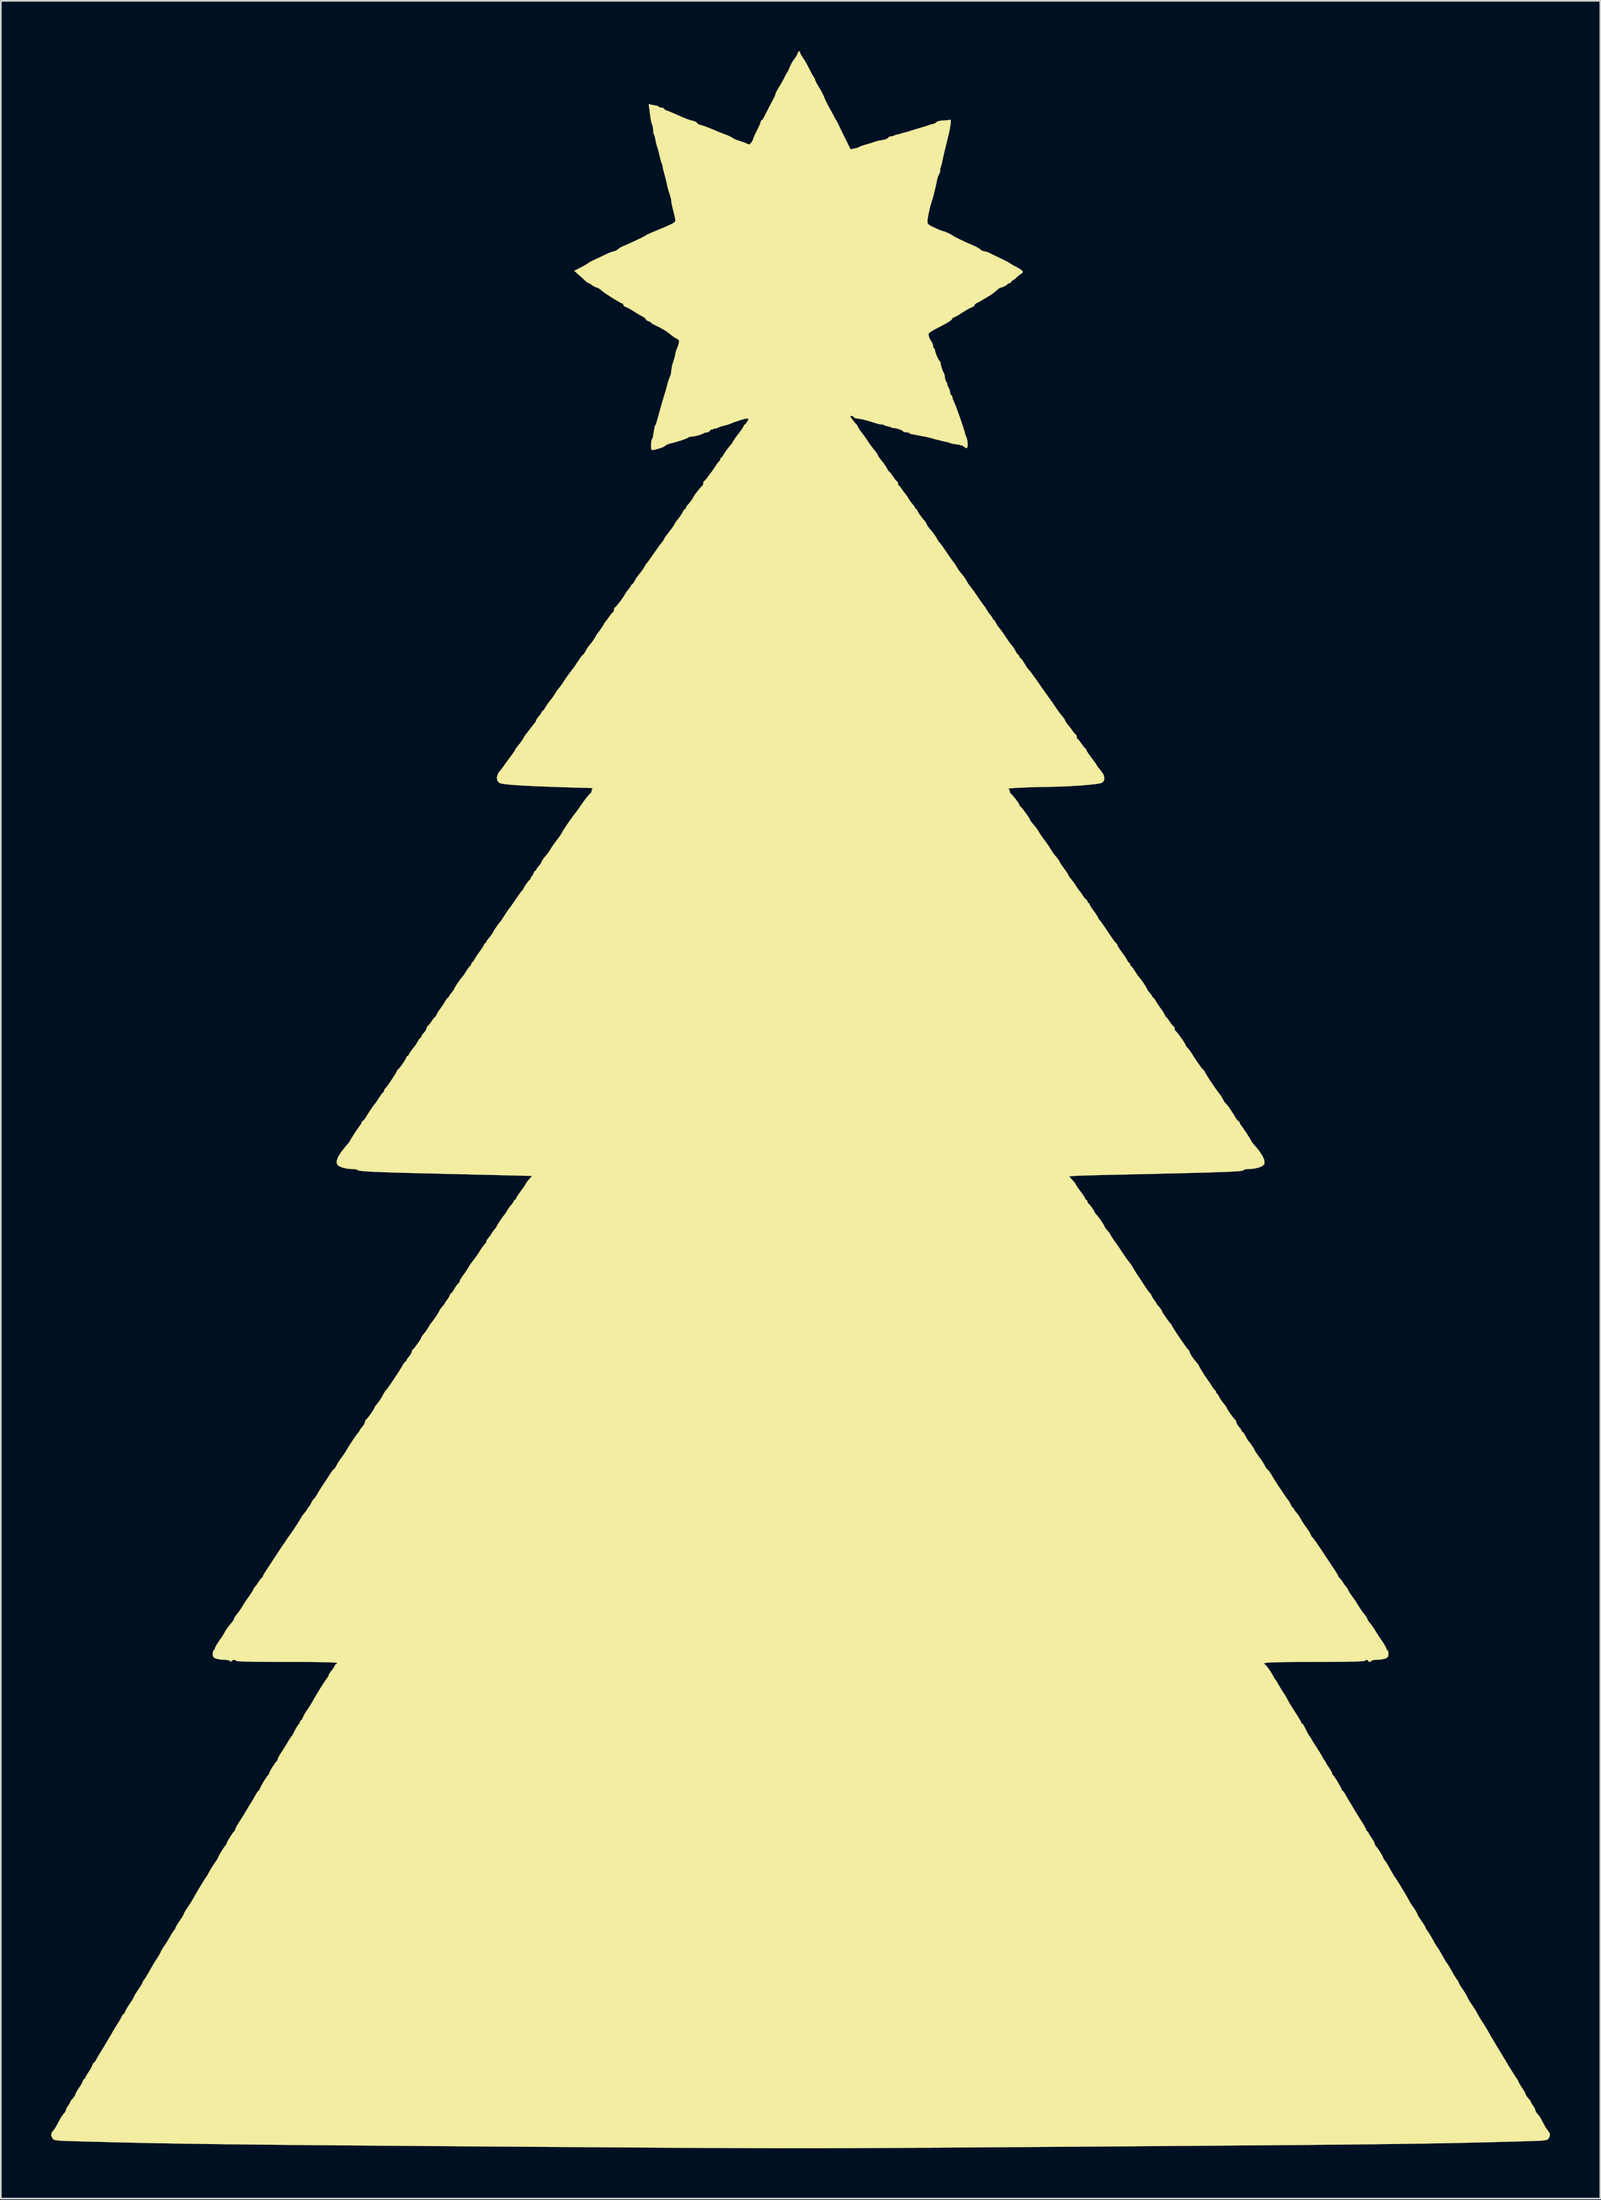
<source format=kicad_pcb>
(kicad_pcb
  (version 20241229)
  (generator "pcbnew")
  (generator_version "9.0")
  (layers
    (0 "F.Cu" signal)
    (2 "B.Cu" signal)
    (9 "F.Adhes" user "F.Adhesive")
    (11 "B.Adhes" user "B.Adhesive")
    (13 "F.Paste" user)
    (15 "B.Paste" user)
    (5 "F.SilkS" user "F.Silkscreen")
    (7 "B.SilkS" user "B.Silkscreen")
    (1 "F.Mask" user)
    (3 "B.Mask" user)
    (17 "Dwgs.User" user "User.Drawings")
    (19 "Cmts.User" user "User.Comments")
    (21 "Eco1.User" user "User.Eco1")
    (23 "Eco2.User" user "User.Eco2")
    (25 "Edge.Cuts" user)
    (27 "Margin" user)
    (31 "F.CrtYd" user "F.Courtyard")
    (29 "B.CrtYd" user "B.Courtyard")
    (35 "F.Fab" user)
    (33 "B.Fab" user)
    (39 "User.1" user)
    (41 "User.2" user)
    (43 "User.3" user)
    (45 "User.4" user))
  (footprint "obrys"
    (layer "F.Cu")
    (at 44.701 66.108)
    (property "Reference" "obrys" (at 0 0 0) (layer "F.SilkS") (effects (font (size 1.524 1.524) (thickness 0.3))))
    (attr through_hole)
    (fp_poly (pts (xy -0.001 -66.045) (xy 0 -66.021) (xy 0.036 -65.921) (xy 0.125 -65.773) (xy 0.163 -65.719) (xy 0.271 -65.555) (xy 0.405 -65.322) (xy 0.54 -65.065) (xy 0.56 -65.024) (xy 0.673 -64.803) (xy 0.768 -64.631) (xy 0.831 -64.536) (xy 0.841 -64.527) (xy 0.885 -64.453) (xy 0.889 -64.417) (xy 0.921 -64.32) (xy 1.006 -64.156) (xy 1.115 -63.974) (xy 1.25 -63.748) (xy 1.366 -63.523) (xy 1.426 -63.386) (xy 1.502 -63.204) (xy 1.617 -62.97) (xy 1.723 -62.77) (xy 1.849 -62.542) (xy 1.963 -62.331) (xy 2.032 -62.198) (xy 2.106 -62.059) (xy 2.157 -61.978) (xy 2.159 -61.976) (xy 2.204 -61.902) (xy 2.275 -61.761) (xy 2.293 -61.722) (xy 2.365 -61.572) (xy 2.475 -61.343) (xy 2.608 -61.071) (xy 2.704 -60.876) (xy 3.012 -60.253) (xy 3.237 -60.294) (xy 3.404 -60.336) (xy 3.517 -60.383) (xy 3.524 -60.388) (xy 3.616 -60.432) (xy 3.79 -60.492) (xy 3.969 -60.545) (xy 4.194 -60.61) (xy 4.384 -60.671) (xy 4.477 -60.706) (xy 4.616 -60.747) (xy 4.818 -60.788) (xy 4.909 -60.801) (xy 5.104 -60.844) (xy 5.228 -60.905) (xy 5.249 -60.933) (xy 5.333 -61.005) (xy 5.425 -61.024) (xy 5.557 -61.041) (xy 5.611 -61.067) (xy 5.704 -61.111) (xy 5.796 -61.132) (xy 5.955 -61.166) (xy 6.032 -61.193) (xy 6.177 -61.238) (xy 6.255 -61.255) (xy 6.396 -61.29) (xy 6.586 -61.348) (xy 6.636 -61.364) (xy 6.867 -61.439) (xy 7.121 -61.515) (xy 7.176 -61.531) (xy 7.378 -61.59) (xy 7.547 -61.646) (xy 7.588 -61.662) (xy 7.744 -61.713) (xy 7.916 -61.754) (xy 8.065 -61.804) (xy 8.147 -61.871) (xy 8.148 -61.874) (xy 8.23 -61.925) (xy 8.415 -61.959) (xy 8.547 -61.969) (xy 8.756 -61.982) (xy 8.913 -62.002) (xy 8.971 -62.018) (xy 8.995 -61.984) (xy 8.995 -61.853) (xy 8.982 -61.745) (xy 8.959 -61.593) (xy 8.937 -61.461) (xy 8.91 -61.323) (xy 8.871 -61.152) (xy 8.815 -60.921) (xy 8.737 -60.604) (xy 8.699 -60.452) (xy 8.625 -60.149) (xy 8.553 -59.839) (xy 8.495 -59.572) (xy 8.471 -59.454) (xy 8.425 -59.278) (xy 8.385 -59.158) (xy 8.354 -59.031) (xy 8.363 -58.968) (xy 8.359 -58.895) (xy 8.304 -58.787) (xy 8.227 -58.62) (xy 8.175 -58.422) (xy 8.174 -58.42) (xy 8.135 -58.213) (xy 8.081 -57.974) (xy 8.065 -57.912) (xy 8.014 -57.71) (xy 7.974 -57.541) (xy 7.965 -57.499) (xy 7.921 -57.339) (xy 7.878 -57.214) (xy 7.814 -57.012) (xy 7.742 -56.737) (xy 7.676 -56.441) (xy 7.626 -56.173) (xy 7.605 -56.011) (xy 7.601 -55.903) (xy 7.622 -55.822) (xy 7.689 -55.751) (xy 7.82 -55.673) (xy 8.038 -55.569) (xy 8.188 -55.5) (xy 8.364 -55.425) (xy 8.493 -55.379) (xy 8.527 -55.372) (xy 8.621 -55.346) (xy 8.775 -55.282) (xy 8.937 -55.206) (xy 9.055 -55.139) (xy 9.081 -55.119) (xy 9.154 -55.072) (xy 9.314 -54.987) (xy 9.533 -54.879) (xy 9.781 -54.761) (xy 10.03 -54.647) (xy 10.25 -54.551) (xy 10.351 -54.51) (xy 10.547 -54.418) (xy 10.708 -54.318) (xy 10.75 -54.282) (xy 10.885 -54.191) (xy 10.989 -54.166) (xy 11.155 -54.135) (xy 11.224 -54.105) (xy 11.328 -54.053) (xy 11.515 -53.962) (xy 11.754 -53.847) (xy 11.906 -53.775) (xy 12.152 -53.657) (xy 12.351 -53.556) (xy 12.478 -53.486) (xy 12.509 -53.463) (xy 12.578 -53.415) (xy 12.728 -53.328) (xy 12.928 -53.221) (xy 12.934 -53.217) (xy 13.165 -53.084) (xy 13.28 -52.984) (xy 13.293 -52.923) (xy 13.229 -52.842) (xy 13.199 -52.832) (xy 13.122 -52.79) (xy 12.999 -52.686) (xy 12.954 -52.642) (xy 12.825 -52.523) (xy 12.728 -52.456) (xy 12.709 -52.451) (xy 12.638 -52.4) (xy 12.614 -52.356) (xy 12.529 -52.271) (xy 12.48 -52.261) (xy 12.394 -52.235) (xy 12.382 -52.213) (xy 12.33 -52.156) (xy 12.208 -52.086) (xy 12.068 -52.027) (xy 11.969 -52.007) (xy 11.882 -51.965) (xy 11.753 -51.863) (xy 11.712 -51.825) (xy 11.537 -51.676) (xy 11.355 -51.549) (xy 11.335 -51.538) (xy 11.158 -51.435) (xy 10.95 -51.309) (xy 10.89 -51.272) (xy 10.713 -51.167) (xy 10.565 -51.092) (xy 10.525 -51.076) (xy 10.431 -51.007) (xy 10.414 -50.958) (xy 10.36 -50.882) (xy 10.271 -50.841) (xy 10.152 -50.79) (xy 9.964 -50.687) (xy 9.744 -50.552) (xy 9.69 -50.517) (xy 9.477 -50.383) (xy 9.298 -50.282) (xy 9.183 -50.231) (xy 9.166 -50.228) (xy 9.088 -50.178) (xy 9.081 -50.143) (xy 9.028 -50.073) (xy 8.889 -49.97) (xy 8.694 -49.854) (xy 8.668 -49.841) (xy 8.417 -49.71) (xy 8.168 -49.579) (xy 7.992 -49.487) (xy 7.824 -49.388) (xy 7.705 -49.299) (xy 7.68 -49.271) (xy 7.67 -49.152) (xy 7.723 -48.981) (xy 7.823 -48.804) (xy 7.855 -48.763) (xy 7.924 -48.617) (xy 7.938 -48.525) (xy 7.958 -48.416) (xy 7.99 -48.387) (xy 8.039 -48.336) (xy 8.043 -48.306) (xy 8.066 -48.187) (xy 8.122 -48.019) (xy 8.194 -47.842) (xy 8.266 -47.698) (xy 8.321 -47.627) (xy 8.327 -47.625) (xy 8.374 -47.572) (xy 8.383 -47.514) (xy 8.405 -47.38) (xy 8.457 -47.197) (xy 8.522 -47.02) (xy 8.581 -46.9) (xy 8.592 -46.885) (xy 8.625 -46.795) (xy 8.636 -46.676) (xy 8.673 -46.494) (xy 8.735 -46.369) (xy 8.793 -46.267) (xy 8.791 -46.228) (xy 8.791 -46.183) (xy 8.849 -46.074) (xy 8.851 -46.071) (xy 8.928 -45.898) (xy 8.954 -45.754) (xy 8.975 -45.634) (xy 9.017 -45.593) (xy 9.073 -45.541) (xy 9.081 -45.494) (xy 9.11 -45.361) (xy 9.156 -45.255) (xy 9.217 -45.121) (xy 9.307 -44.895) (xy 9.413 -44.609) (xy 9.527 -44.29) (xy 9.639 -43.969) (xy 9.736 -43.676) (xy 9.811 -43.438) (xy 9.851 -43.286) (xy 9.853 -43.275) (xy 9.888 -43.156) (xy 9.913 -43.117) (xy 9.945 -43.04) (xy 9.98 -42.882) (xy 9.995 -42.789) (xy 10.006 -42.581) (xy 9.972 -42.454) (xy 9.904 -42.423) (xy 9.811 -42.502) (xy 9.698 -42.575) (xy 9.494 -42.631) (xy 9.392 -42.646) (xy 9.189 -42.676) (xy 9.036 -42.708) (xy 8.985 -42.725) (xy 8.865 -42.771) (xy 8.835 -42.777) (xy 8.726 -42.799) (xy 8.544 -42.841) (xy 8.422 -42.871) (xy 8.233 -42.918) (xy 8.101 -42.95) (xy 8.065 -42.958) (xy 7.986 -42.981) (xy 7.893 -43.012) (xy 7.746 -43.052) (xy 7.539 -43.097) (xy 7.448 -43.115) (xy 7.221 -43.157) (xy 7.011 -43.199) (xy 6.953 -43.211) (xy 6.778 -43.244) (xy 6.652 -43.262) (xy 6.557 -43.293) (xy 6.54 -43.321) (xy 6.485 -43.356) (xy 6.352 -43.37) (xy 6.35 -43.37) (xy 6.216 -43.385) (xy 6.16 -43.421) (xy 6.16 -43.421) (xy 6.105 -43.476) (xy 5.971 -43.538) (xy 5.802 -43.593) (xy 5.645 -43.623) (xy 5.61 -43.624) (xy 5.483 -43.645) (xy 5.437 -43.669) (xy 5.346 -43.71) (xy 5.222 -43.737) (xy 5.068 -43.775) (xy 4.98 -43.819) (xy 4.898 -43.853) (xy 4.876 -43.844) (xy 4.802 -43.842) (xy 4.651 -43.876) (xy 4.565 -43.902) (xy 4.159 -44.028) (xy 3.814 -44.123) (xy 3.549 -44.18) (xy 3.403 -44.196) (xy 3.281 -44.215) (xy 3.239 -44.252) (xy 3.186 -44.311) (xy 3.111 -44.341) (xy 3.01 -44.356) (xy 2.985 -44.345) (xy 3.021 -44.275) (xy 3.109 -44.149) (xy 3.219 -44.005) (xy 3.32 -43.884) (xy 3.381 -43.826) (xy 3.428 -43.753) (xy 3.429 -43.743) (xy 3.465 -43.666) (xy 3.56 -43.519) (xy 3.693 -43.335) (xy 3.699 -43.327) (xy 3.856 -43.115) (xy 3.998 -42.912) (xy 4.085 -42.778) (xy 4.199 -42.611) (xy 4.35 -42.414) (xy 4.419 -42.331) (xy 4.542 -42.175) (xy 4.621 -42.052) (xy 4.637 -42.01) (xy 4.676 -41.927) (xy 4.777 -41.788) (xy 4.859 -41.689) (xy 5.01 -41.497) (xy 5.138 -41.302) (xy 5.178 -41.228) (xy 5.254 -41.092) (xy 5.314 -41.023) (xy 5.321 -41.021) (xy 5.377 -40.972) (xy 5.473 -40.845) (xy 5.546 -40.735) (xy 5.657 -40.575) (xy 5.748 -40.471) (xy 5.784 -40.45) (xy 5.831 -40.396) (xy 5.842 -40.322) (xy 5.863 -40.219) (xy 5.892 -40.196) (xy 5.955 -40.147) (xy 6.041 -40.028) (xy 6.046 -40.021) (xy 6.161 -39.85) (xy 6.266 -39.719) (xy 6.386 -39.562) (xy 6.467 -39.426) (xy 6.574 -39.259) (xy 6.705 -39.096) (xy 6.808 -38.968) (xy 6.857 -38.872) (xy 6.858 -38.865) (xy 6.905 -38.801) (xy 6.921 -38.798) (xy 6.982 -38.75) (xy 6.985 -38.731) (xy 7.023 -38.64) (xy 7.121 -38.486) (xy 7.256 -38.3) (xy 7.407 -38.116) (xy 7.445 -38.072) (xy 7.53 -37.955) (xy 7.557 -37.882) (xy 7.596 -37.801) (xy 7.698 -37.662) (xy 7.811 -37.529) (xy 7.969 -37.335) (xy 8.103 -37.142) (xy 8.16 -37.041) (xy 8.237 -36.901) (xy 8.298 -36.822) (xy 8.303 -36.819) (xy 8.356 -36.761) (xy 8.462 -36.619) (xy 8.604 -36.417) (xy 8.73 -36.233) (xy 8.893 -35.993) (xy 9.036 -35.788) (xy 9.14 -35.646) (xy 9.182 -35.594) (xy 9.26 -35.49) (xy 9.351 -35.335) (xy 9.357 -35.324) (xy 9.469 -35.145) (xy 9.616 -34.955) (xy 9.65 -34.917) (xy 9.794 -34.737) (xy 9.913 -34.552) (xy 9.932 -34.515) (xy 10.035 -34.336) (xy 10.143 -34.195) (xy 10.229 -34.087) (xy 10.363 -33.904) (xy 10.521 -33.677) (xy 10.6 -33.56) (xy 10.751 -33.338) (xy 10.878 -33.158) (xy 10.963 -33.045) (xy 10.985 -33.02) (xy 11.044 -32.946) (xy 11.124 -32.81) (xy 11.13 -32.798) (xy 11.244 -32.615) (xy 11.361 -32.467) (xy 11.456 -32.347) (xy 11.493 -32.261) (xy 11.535 -32.197) (xy 11.549 -32.194) (xy 11.61 -32.142) (xy 11.679 -32.017) (xy 11.679 -32.017) (xy 11.779 -31.837) (xy 11.897 -31.683) (xy 12.007 -31.548) (xy 12.149 -31.35) (xy 12.278 -31.157) (xy 12.419 -30.945) (xy 12.554 -30.759) (xy 12.644 -30.649) (xy 12.763 -30.492) (xy 12.87 -30.306) (xy 12.87 -30.305) (xy 12.949 -30.169) (xy 13.016 -30.101) (xy 13.025 -30.099) (xy 13.075 -30.047) (xy 13.081 -30.004) (xy 13.114 -29.919) (xy 13.142 -29.909) (xy 13.205 -29.858) (xy 13.302 -29.727) (xy 13.377 -29.607) (xy 13.481 -29.434) (xy 13.563 -29.31) (xy 13.594 -29.273) (xy 13.66 -29.201) (xy 13.777 -29.053) (xy 13.924 -28.857) (xy 14.079 -28.642) (xy 14.222 -28.436) (xy 14.235 -28.416) (xy 14.355 -28.241) (xy 14.518 -28.009) (xy 14.693 -27.764) (xy 14.727 -27.718) (xy 14.912 -27.459) (xy 15.102 -27.187) (xy 15.26 -26.956) (xy 15.275 -26.934) (xy 15.422 -26.723) (xy 15.569 -26.529) (xy 15.656 -26.426) (xy 15.76 -26.298) (xy 15.81 -26.203) (xy 15.812 -26.194) (xy 15.85 -26.108) (xy 15.944 -25.977) (xy 15.963 -25.954) (xy 16.104 -25.779) (xy 16.248 -25.582) (xy 16.265 -25.557) (xy 16.368 -25.421) (xy 16.447 -25.343) (xy 16.462 -25.337) (xy 16.501 -25.283) (xy 16.51 -25.209) (xy 16.53 -25.106) (xy 16.558 -25.081) (xy 16.617 -25.032) (xy 16.717 -24.907) (xy 16.796 -24.795) (xy 16.91 -24.637) (xy 17 -24.534) (xy 17.034 -24.511) (xy 17.079 -24.461) (xy 17.082 -24.432) (xy 17.119 -24.347) (xy 17.217 -24.193) (xy 17.357 -23.999) (xy 17.4 -23.944) (xy 17.547 -23.75) (xy 17.657 -23.595) (xy 17.713 -23.505) (xy 17.716 -23.495) (xy 17.755 -23.429) (xy 17.855 -23.302) (xy 17.939 -23.205) (xy 18.101 -22.972) (xy 18.165 -22.756) (xy 18.131 -22.578) (xy 18.018 -22.468) (xy 17.89 -22.43) (xy 17.653 -22.392) (xy 17.325 -22.355) (xy 16.923 -22.319) (xy 16.466 -22.287) (xy 15.972 -22.26) (xy 15.457 -22.239) (xy 14.941 -22.226) (xy 14.7 -22.222) (xy 14.352 -22.217) (xy 13.986 -22.207) (xy 13.619 -22.195) (xy 13.271 -22.18) (xy 12.958 -22.165) (xy 12.699 -22.149) (xy 12.513 -22.133) (xy 12.417 -22.12) (xy 12.429 -22.108) (xy 12.43 -22.108) (xy 12.496 -22.046) (xy 12.509 -21.976) (xy 12.532 -21.865) (xy 12.558 -21.833) (xy 12.633 -21.769) (xy 12.748 -21.638) (xy 12.877 -21.476) (xy 12.993 -21.317) (xy 13.067 -21.198) (xy 13.081 -21.16) (xy 13.118 -21.078) (xy 13.129 -21.071) (xy 13.193 -21.01) (xy 13.302 -20.877) (xy 13.433 -20.705) (xy 13.561 -20.527) (xy 13.662 -20.375) (xy 13.714 -20.281) (xy 13.716 -20.271) (xy 13.755 -20.196) (xy 13.855 -20.064) (xy 13.933 -19.972) (xy 14.079 -19.794) (xy 14.199 -19.625) (xy 14.234 -19.564) (xy 14.314 -19.431) (xy 14.445 -19.239) (xy 14.598 -19.028) (xy 14.605 -19.018) (xy 14.76 -18.805) (xy 14.894 -18.606) (xy 14.98 -18.465) (xy 14.982 -18.461) (xy 15.08 -18.306) (xy 15.222 -18.12) (xy 15.283 -18.049) (xy 15.405 -17.901) (xy 15.481 -17.788) (xy 15.494 -17.754) (xy 15.53 -17.677) (xy 15.623 -17.532) (xy 15.748 -17.36) (xy 15.877 -17.181) (xy 15.969 -17.042) (xy 16.002 -16.973) (xy 16.04 -16.897) (xy 16.134 -16.77) (xy 16.164 -16.734) (xy 16.311 -16.547) (xy 16.451 -16.341) (xy 16.463 -16.322) (xy 16.569 -16.159) (xy 16.66 -16.038) (xy 16.676 -16.02) (xy 16.757 -15.917) (xy 16.863 -15.76) (xy 16.89 -15.718) (xy 16.989 -15.578) (xy 17.07 -15.5) (xy 17.087 -15.494) (xy 17.138 -15.442) (xy 17.145 -15.399) (xy 17.179 -15.314) (xy 17.209 -15.303) (xy 17.268 -15.254) (xy 17.272 -15.23) (xy 17.308 -15.145) (xy 17.402 -14.993) (xy 17.526 -14.82) (xy 17.655 -14.641) (xy 17.747 -14.5) (xy 17.78 -14.429) (xy 17.819 -14.347) (xy 17.899 -14.247) (xy 17.982 -14.143) (xy 18.113 -13.959) (xy 18.274 -13.723) (xy 18.418 -13.505) (xy 18.58 -13.262) (xy 18.72 -13.065) (xy 18.822 -12.934) (xy 18.87 -12.891) (xy 18.92 -12.84) (xy 18.924 -12.811) (xy 18.96 -12.725) (xy 19.055 -12.57) (xy 19.19 -12.378) (xy 19.21 -12.351) (xy 19.354 -12.15) (xy 19.468 -11.977) (xy 19.529 -11.865) (xy 19.531 -11.859) (xy 19.589 -11.765) (xy 19.626 -11.748) (xy 19.678 -11.696) (xy 19.685 -11.652) (xy 19.711 -11.568) (xy 19.733 -11.557) (xy 19.79 -11.507) (xy 19.886 -11.379) (xy 19.968 -11.255) (xy 20.078 -11.084) (xy 20.161 -10.961) (xy 20.192 -10.922) (xy 20.266 -10.837) (xy 20.376 -10.691) (xy 20.498 -10.516) (xy 20.608 -10.348) (xy 20.682 -10.222) (xy 20.701 -10.177) (xy 20.741 -10.093) (xy 20.838 -9.967) (xy 20.86 -9.944) (xy 20.964 -9.816) (xy 21.017 -9.722) (xy 21.018 -9.712) (xy 21.061 -9.653) (xy 21.071 -9.652) (xy 21.134 -9.601) (xy 21.212 -9.48) (xy 21.213 -9.477) (xy 21.3 -9.331) (xy 21.431 -9.134) (xy 21.542 -8.979) (xy 21.666 -8.8) (xy 21.753 -8.654) (xy 21.78 -8.583) (xy 21.813 -8.513) (xy 21.828 -8.509) (xy 21.886 -8.46) (xy 21.983 -8.333) (xy 22.056 -8.223) (xy 22.167 -8.063) (xy 22.258 -7.959) (xy 22.294 -7.938) (xy 22.342 -7.885) (xy 22.352 -7.816) (xy 22.374 -7.705) (xy 22.4 -7.673) (xy 22.467 -7.609) (xy 22.578 -7.474) (xy 22.709 -7.299) (xy 22.837 -7.118) (xy 22.937 -6.964) (xy 22.985 -6.87) (xy 22.987 -6.861) (xy 23.028 -6.77) (xy 23.11 -6.672) (xy 23.234 -6.525) (xy 23.343 -6.37) (xy 23.52 -6.092) (xy 23.694 -5.829) (xy 23.853 -5.603) (xy 23.98 -5.434) (xy 24.061 -5.344) (xy 24.078 -5.334) (xy 24.128 -5.285) (xy 24.13 -5.27) (xy 24.164 -5.195) (xy 24.255 -5.042) (xy 24.385 -4.836) (xy 24.539 -4.602) (xy 24.699 -4.365) (xy 24.849 -4.152) (xy 24.971 -3.986) (xy 25.031 -3.913) (xy 25.134 -3.771) (xy 25.235 -3.592) (xy 25.239 -3.584) (xy 25.316 -3.441) (xy 25.378 -3.359) (xy 25.385 -3.355) (xy 25.46 -3.284) (xy 25.579 -3.13) (xy 25.722 -2.923) (xy 25.871 -2.688) (xy 25.93 -2.588) (xy 26.036 -2.421) (xy 26.126 -2.311) (xy 26.165 -2.286) (xy 26.223 -2.237) (xy 26.226 -2.22) (xy 26.262 -2.115) (xy 26.289 -2.077) (xy 26.371 -1.968) (xy 26.487 -1.8) (xy 26.62 -1.603) (xy 26.748 -1.405) (xy 26.853 -1.238) (xy 26.915 -1.13) (xy 26.924 -1.107) (xy 26.963 -1.035) (xy 27.048 -0.93) (xy 27.369 -0.552) (xy 27.589 -0.229) (xy 27.707 0.034) (xy 27.721 0.234) (xy 27.699 0.292) (xy 27.578 0.4) (xy 27.364 0.489) (xy 27.091 0.55) (xy 26.813 0.571) (xy 26.627 0.58) (xy 26.506 0.605) (xy 26.48 0.625) (xy 26.472 0.642) (xy 26.443 0.658) (xy 26.389 0.673) (xy 26.302 0.687) (xy 26.176 0.7) (xy 26.005 0.713) (xy 25.783 0.726) (xy 25.503 0.739) (xy 25.16 0.753) (xy 24.747 0.767) (xy 24.257 0.782) (xy 23.685 0.797) (xy 23.025 0.814) (xy 22.269 0.833) (xy 21.412 0.853) (xy 20.448 0.875) (xy 19.371 0.899) (xy 18.173 0.926) (xy 17.986 0.93) (xy 17.507 0.942) (xy 17.072 0.955) (xy 16.696 0.968) (xy 16.394 0.982) (xy 16.183 0.995) (xy 16.077 1.006) (xy 16.067 1.01) (xy 16.11 1.074) (xy 16.213 1.188) (xy 16.258 1.233) (xy 16.376 1.36) (xy 16.441 1.453) (xy 16.447 1.47) (xy 16.482 1.543) (xy 16.577 1.686) (xy 16.712 1.871) (xy 16.732 1.898) (xy 16.871 2.09) (xy 16.973 2.246) (xy 17.017 2.338) (xy 17.018 2.344) (xy 17.063 2.41) (xy 17.081 2.413) (xy 17.139 2.464) (xy 17.145 2.503) (xy 17.173 2.598) (xy 17.193 2.614) (xy 17.265 2.681) (xy 17.371 2.811) (xy 17.48 2.964) (xy 17.563 3.098) (xy 17.59 3.165) (xy 17.63 3.245) (xy 17.638 3.249) (xy 17.705 3.313) (xy 17.813 3.447) (xy 17.938 3.617) (xy 18.054 3.787) (xy 18.136 3.923) (xy 18.161 3.984) (xy 18.201 4.067) (xy 18.298 4.193) (xy 18.32 4.217) (xy 18.423 4.335) (xy 18.477 4.408) (xy 18.479 4.414) (xy 18.511 4.478) (xy 18.59 4.608) (xy 18.692 4.765) (xy 18.792 4.909) (xy 18.857 4.996) (xy 18.919 5.081) (xy 19.029 5.243) (xy 19.169 5.454) (xy 19.232 5.55) (xy 19.385 5.777) (xy 19.523 5.973) (xy 19.624 6.104) (xy 19.648 6.132) (xy 19.751 6.262) (xy 19.851 6.427) (xy 19.945 6.592) (xy 20.076 6.801) (xy 20.151 6.913) (xy 20.275 7.096) (xy 20.376 7.248) (xy 20.415 7.309) (xy 20.592 7.583) (xy 20.741 7.801) (xy 20.85 7.943) (xy 20.901 7.99) (xy 20.954 8.063) (xy 20.955 8.08) (xy 20.991 8.17) (xy 21.08 8.31) (xy 21.114 8.356) (xy 21.213 8.493) (xy 21.268 8.584) (xy 21.273 8.597) (xy 21.311 8.66) (xy 21.408 8.775) (xy 21.431 8.801) (xy 21.536 8.929) (xy 21.589 9.024) (xy 21.59 9.034) (xy 21.624 9.109) (xy 21.712 9.25) (xy 21.828 9.423) (xy 21.949 9.593) (xy 22.051 9.725) (xy 22.102 9.779) (xy 22.163 9.863) (xy 22.168 9.875) (xy 22.222 9.976) (xy 22.328 10.147) (xy 22.469 10.365) (xy 22.631 10.606) (xy 22.797 10.848) (xy 22.951 11.068) (xy 23.079 11.242) (xy 23.162 11.346) (xy 23.186 11.367) (xy 23.234 11.418) (xy 23.241 11.466) (xy 23.281 11.58) (xy 23.388 11.757) (xy 23.542 11.967) (xy 23.701 12.156) (xy 23.785 12.267) (xy 23.812 12.33) (xy 23.845 12.399) (xy 23.93 12.542) (xy 24.048 12.731) (xy 24.181 12.935) (xy 24.309 13.126) (xy 24.412 13.273) (xy 24.436 13.303) (xy 24.499 13.397) (xy 24.591 13.546) (xy 24.607 13.573) (xy 24.698 13.707) (xy 24.769 13.777) (xy 24.779 13.78) (xy 24.823 13.831) (xy 24.828 13.875) (xy 24.855 13.959) (xy 24.876 13.97) (xy 24.933 14.022) (xy 25.003 14.147) (xy 25.007 14.155) (xy 25.103 14.324) (xy 25.24 14.511) (xy 25.275 14.552) (xy 25.389 14.692) (xy 25.455 14.796) (xy 25.462 14.819) (xy 25.499 14.897) (xy 25.589 15.039) (xy 25.709 15.21) (xy 25.832 15.375) (xy 25.935 15.5) (xy 25.986 15.547) (xy 26.029 15.62) (xy 26.035 15.675) (xy 26.076 15.79) (xy 26.176 15.933) (xy 26.194 15.952) (xy 26.299 16.082) (xy 26.351 16.179) (xy 26.352 16.19) (xy 26.392 16.254) (xy 26.406 16.256) (xy 26.465 16.307) (xy 26.55 16.436) (xy 26.581 16.494) (xy 26.663 16.649) (xy 26.723 16.75) (xy 26.734 16.764) (xy 26.816 16.861) (xy 26.923 17.005) (xy 27.026 17.156) (xy 27.098 17.274) (xy 27.115 17.315) (xy 27.151 17.388) (xy 27.245 17.532) (xy 27.379 17.717) (xy 27.397 17.742) (xy 27.549 17.955) (xy 27.676 18.154) (xy 27.753 18.297) (xy 27.754 18.298) (xy 27.82 18.424) (xy 27.877 18.478) (xy 27.878 18.479) (xy 27.936 18.528) (xy 28.033 18.656) (xy 28.146 18.827) (xy 28.252 19.01) (xy 28.257 19.018) (xy 28.31 19.106) (xy 28.413 19.266) (xy 28.547 19.472) (xy 28.696 19.697) (xy 28.841 19.914) (xy 28.966 20.097) (xy 29.051 20.22) (xy 29.079 20.256) (xy 29.161 20.361) (xy 29.253 20.517) (xy 29.314 20.653) (xy 29.372 20.747) (xy 29.408 20.765) (xy 29.462 20.813) (xy 29.464 20.831) (xy 29.504 20.918) (xy 29.602 21.045) (xy 29.623 21.068) (xy 29.761 21.245) (xy 29.872 21.43) (xy 29.873 21.431) (xy 29.959 21.583) (xy 30.093 21.787) (xy 30.222 21.967) (xy 30.353 22.153) (xy 30.446 22.306) (xy 30.48 22.392) (xy 30.527 22.496) (xy 30.559 22.523) (xy 30.621 22.593) (xy 30.737 22.748) (xy 30.893 22.969) (xy 31.072 23.234) (xy 31.14 23.336) (xy 31.345 23.648) (xy 31.55 23.956) (xy 31.732 24.229) (xy 31.869 24.433) (xy 31.886 24.458) (xy 32.009 24.648) (xy 32.098 24.802) (xy 32.131 24.886) (xy 32.167 24.953) (xy 32.181 24.956) (xy 32.242 25.005) (xy 32.331 25.127) (xy 32.352 25.162) (xy 32.467 25.337) (xy 32.581 25.483) (xy 32.588 25.491) (xy 32.674 25.602) (xy 32.703 25.669) (xy 32.737 25.745) (xy 32.829 25.889) (xy 32.944 26.054) (xy 33.107 26.286) (xy 33.268 26.532) (xy 33.353 26.67) (xy 33.487 26.88) (xy 33.631 27.077) (xy 33.683 27.14) (xy 33.788 27.276) (xy 33.843 27.38) (xy 33.846 27.394) (xy 33.884 27.481) (xy 33.981 27.619) (xy 34.031 27.68) (xy 34.168 27.856) (xy 34.28 28.024) (xy 34.3 28.061) (xy 34.377 28.191) (xy 34.503 28.386) (xy 34.654 28.609) (xy 34.687 28.655) (xy 34.827 28.865) (xy 34.933 29.044) (xy 34.986 29.161) (xy 34.989 29.178) (xy 35.023 29.263) (xy 35.052 29.273) (xy 35.094 29.329) (xy 35.115 29.466) (xy 35.115 29.49) (xy 35.097 29.647) (xy 35.016 29.733) (xy 34.916 29.775) (xy 34.726 29.818) (xy 34.49 29.843) (xy 34.408 29.845) (xy 34.23 29.857) (xy 34.118 29.887) (xy 34.099 29.909) (xy 34.048 29.965) (xy 34.004 29.972) (xy 33.92 29.938) (xy 33.909 29.909) (xy 33.863 29.854) (xy 33.773 29.853) (xy 33.708 29.907) (xy 33.708 29.908) (xy 33.64 29.923) (xy 33.449 29.937) (xy 33.139 29.949) (xy 32.716 29.958) (xy 32.184 29.966) (xy 31.547 29.971) (xy 30.809 29.973) (xy 30.686 29.973) (xy 29.948 29.975) (xy 29.33 29.979) (xy 28.823 29.984) (xy 28.419 29.993) (xy 28.112 30.004) (xy 27.894 30.019) (xy 27.756 30.037) (xy 27.692 30.059) (xy 27.693 30.086) (xy 27.734 30.11) (xy 27.81 30.18) (xy 27.926 30.326) (xy 28.056 30.513) (xy 28.175 30.705) (xy 28.225 30.797) (xy 28.308 30.948) (xy 28.372 31.042) (xy 28.382 31.052) (xy 28.435 31.122) (xy 28.522 31.266) (xy 28.579 31.369) (xy 28.702 31.583) (xy 28.83 31.786) (xy 28.874 31.848) (xy 28.996 32.036) (xy 29.096 32.224) (xy 29.098 32.229) (xy 29.168 32.362) (xy 29.29 32.567) (xy 29.444 32.811) (xy 29.545 32.966) (xy 29.696 33.201) (xy 29.817 33.401) (xy 29.892 33.539) (xy 29.909 33.585) (xy 29.943 33.652) (xy 29.957 33.655) (xy 29.986 33.662) (xy 30.02 33.7) (xy 30.073 33.789) (xy 30.159 33.952) (xy 30.254 34.141) (xy 30.339 34.299) (xy 30.404 34.402) (xy 30.418 34.417) (xy 30.477 34.498) (xy 30.5 34.544) (xy 30.555 34.642) (xy 30.659 34.811) (xy 30.79 35.013) (xy 30.795 35.02) (xy 30.941 35.249) (xy 31.075 35.47) (xy 31.16 35.623) (xy 31.244 35.771) (xy 31.311 35.859) (xy 31.321 35.867) (xy 31.369 35.939) (xy 31.369 35.947) (xy 31.404 36.028) (xy 31.492 36.172) (xy 31.559 36.269) (xy 31.669 36.435) (xy 31.738 36.568) (xy 31.75 36.612) (xy 31.782 36.702) (xy 31.798 36.714) (xy 31.857 36.778) (xy 31.955 36.921) (xy 32.071 37.106) (xy 32.184 37.3) (xy 32.274 37.467) (xy 32.319 37.573) (xy 32.322 37.586) (xy 32.358 37.652) (xy 32.373 37.656) (xy 32.434 37.706) (xy 32.516 37.832) (xy 32.532 37.862) (xy 32.641 38.059) (xy 32.766 38.269) (xy 32.782 38.294) (xy 32.9 38.484) (xy 33.038 38.716) (xy 33.108 38.834) (xy 33.245 39.061) (xy 33.411 39.327) (xy 33.537 39.523) (xy 33.659 39.721) (xy 33.747 39.886) (xy 33.782 39.982) (xy 33.782 39.983) (xy 33.82 40.061) (xy 33.846 40.069) (xy 33.907 40.117) (xy 33.909 40.133) (xy 33.944 40.217) (xy 34.032 40.363) (xy 34.099 40.46) (xy 34.209 40.626) (xy 34.278 40.759) (xy 34.29 40.804) (xy 34.33 40.917) (xy 34.369 40.969) (xy 34.464 41.086) (xy 34.577 41.251) (xy 34.687 41.426) (xy 34.769 41.573) (xy 34.798 41.65) (xy 34.838 41.741) (xy 34.887 41.799) (xy 34.966 41.904) (xy 35.074 42.076) (xy 35.144 42.201) (xy 35.316 42.511) (xy 35.446 42.727) (xy 35.514 42.827) (xy 35.595 42.948) (xy 35.716 43.139) (xy 35.86 43.372) (xy 36.009 43.618) (xy 36.147 43.85) (xy 36.255 44.037) (xy 36.317 44.152) (xy 36.323 44.164) (xy 36.387 44.283) (xy 36.499 44.46) (xy 36.602 44.609) (xy 36.723 44.787) (xy 36.805 44.929) (xy 36.83 44.995) (xy 36.865 45.078) (xy 36.956 45.231) (xy 37.084 45.419) (xy 37.084 45.419) (xy 37.212 45.606) (xy 37.303 45.756) (xy 37.338 45.837) (xy 37.338 45.838) (xy 37.378 45.933) (xy 37.421 45.985) (xy 37.491 46.079) (xy 37.598 46.251) (xy 37.723 46.468) (xy 37.748 46.514) (xy 37.867 46.726) (xy 37.965 46.892) (xy 38.026 46.983) (xy 38.033 46.99) (xy 38.082 47.057) (xy 38.173 47.207) (xy 38.29 47.411) (xy 38.321 47.466) (xy 38.441 47.679) (xy 38.54 47.845) (xy 38.602 47.935) (xy 38.61 47.943) (xy 38.659 48.01) (xy 38.751 48.16) (xy 38.866 48.364) (xy 38.897 48.419) (xy 39.022 48.64) (xy 39.135 48.824) (xy 39.213 48.936) (xy 39.223 48.947) (xy 39.295 49.052) (xy 39.306 49.098) (xy 39.341 49.182) (xy 39.431 49.332) (xy 39.532 49.48) (xy 39.666 49.679) (xy 39.775 49.863) (xy 39.821 49.959) (xy 39.893 50.104) (xy 40.011 50.297) (xy 40.092 50.414) (xy 40.234 50.625) (xy 40.362 50.836) (xy 40.411 50.927) (xy 40.504 51.097) (xy 40.638 51.321) (xy 40.771 51.53) (xy 40.905 51.739) (xy 41.017 51.922) (xy 41.083 52.038) (xy 41.083 52.038) (xy 41.156 52.173) (xy 41.259 52.352) (xy 41.29 52.403) (xy 41.368 52.532) (xy 41.498 52.748) (xy 41.667 53.03) (xy 41.862 53.355) (xy 42.069 53.699) (xy 42.27 54.032) (xy 42.454 54.331) (xy 42.608 54.576) (xy 42.721 54.751) (xy 42.781 54.836) (xy 42.783 54.838) (xy 42.852 54.939) (xy 42.862 54.98) (xy 42.896 55.062) (xy 42.982 55.212) (xy 43.085 55.372) (xy 43.201 55.554) (xy 43.282 55.698) (xy 43.307 55.764) (xy 43.345 55.859) (xy 43.386 55.914) (xy 43.534 56.085) (xy 43.608 56.19) (xy 43.626 56.242) (xy 43.663 56.323) (xy 43.749 56.448) (xy 43.752 56.452) (xy 43.84 56.589) (xy 43.877 56.694) (xy 43.918 56.811) (xy 43.958 56.867) (xy 44.101 57.037) (xy 44.206 57.199) (xy 44.282 57.34) (xy 44.42 57.604) (xy 44.525 57.783) (xy 44.615 57.909) (xy 44.662 57.964) (xy 44.757 58.127) (xy 44.734 58.296) (xy 44.675 58.396) (xy 44.638 58.44) (xy 44.584 58.474) (xy 44.496 58.499) (xy 44.358 58.519) (xy 44.153 58.533) (xy 43.863 58.546) (xy 43.471 58.558) (xy 43.231 58.565) (xy 42.671 58.58) (xy 42.131 58.595) (xy 41.608 58.609) (xy 41.096 58.622) (xy 40.591 58.634) (xy 40.088 58.646) (xy 39.583 58.657) (xy 39.071 58.668) (xy 38.547 58.678) (xy 38.007 58.688) (xy 37.446 58.698) (xy 36.859 58.707) (xy 36.243 58.716) (xy 35.592 58.725) (xy 34.901 58.734) (xy 34.167 58.742) (xy 33.384 58.751) (xy 32.548 58.76) (xy 31.654 58.769) (xy 30.698 58.778) (xy 29.675 58.787) (xy 28.581 58.796) (xy 27.41 58.806) (xy 26.158 58.816) (xy 24.821 58.826) (xy 23.395 58.837) (xy 21.873 58.848) (xy 20.252 58.86) (xy 18.528 58.873) (xy 16.695 58.886) (xy 14.749 58.9) (xy 12.685 58.914) (xy 10.499 58.93) (xy 10.446 58.93) (xy 9.14 58.939) (xy 7.928 58.947) (xy 6.8 58.954) (xy 5.745 58.961) (xy 4.751 58.966) (xy 3.81 58.971) (xy 2.909 58.975) (xy 2.04 58.977) (xy 1.19 58.979) (xy 0.35 58.98) (xy -0.491 58.98) (xy -1.344 58.979) (xy -2.219 58.977) (xy -3.127 58.974) (xy -4.077 58.97) (xy -5.082 58.966) (xy -6.151 58.96) (xy -7.295 58.953) (xy -8.524 58.945) (xy -9.849 58.937) (xy -11.281 58.927) (xy -12.732 58.917) (xy -14.84 58.902) (xy -16.826 58.888) (xy -18.695 58.875) (xy -20.453 58.862) (xy -22.104 58.85) (xy -23.652 58.838) (xy -25.105 58.827) (xy -26.465 58.816) (xy -27.739 58.806) (xy -28.931 58.796) (xy -30.047 58.786) (xy -31.091 58.776) (xy -32.069 58.766) (xy -32.986 58.756) (xy -33.846 58.746) (xy -34.655 58.737) (xy -35.418 58.727) (xy -36.139 58.716) (xy -36.825 58.706) (xy -37.479 58.695) (xy -38.107 58.684) (xy -38.715 58.673) (xy -39.306 58.661) (xy -39.886 58.648) (xy -40.461 58.635) (xy -41.035 58.621) (xy -41.613 58.606) (xy -42.2 58.591) (xy -42.802 58.575) (xy -43.136 58.566) (xy -43.59 58.553) (xy -43.935 58.54) (xy -44.186 58.527) (xy -44.361 58.51) (xy -44.475 58.489) (xy -44.546 58.46) (xy -44.591 58.423) (xy -44.612 58.396) (xy -44.696 58.213) (xy -44.663 58.051) (xy -44.599 57.964) (xy -44.508 57.852) (xy -44.414 57.704) (xy -44.295 57.488) (xy -44.219 57.34) (xy -44.109 57.142) (xy -43.997 56.985) (xy -43.894 56.867) (xy -43.825 56.748) (xy -43.814 56.694) (xy -43.776 56.588) (xy -43.688 56.452) (xy -43.601 56.325) (xy -43.562 56.242) (xy -43.562 56.241) (xy -43.523 56.154) (xy -43.482 56.1) (xy -43.338 55.933) (xy -43.265 55.828) (xy -43.244 55.758) (xy -43.243 55.754) (xy -43.21 55.669) (xy -43.122 55.517) (xy -43.021 55.363) (xy -42.903 55.178) (xy -42.823 55.026) (xy -42.799 54.952) (xy -42.762 54.872) (xy -42.736 54.864) (xy -42.674 54.82) (xy -42.672 54.807) (xy -42.639 54.728) (xy -42.553 54.579) (xy -42.45 54.419) (xy -42.333 54.232) (xy -42.252 54.077) (xy -42.227 54) (xy -42.197 53.92) (xy -42.174 53.911) (xy -42.108 53.861) (xy -42.049 53.769) (xy -41.968 53.622) (xy -41.86 53.437) (xy -41.832 53.391) (xy -41.668 53.123) (xy -41.497 52.841) (xy -41.335 52.57) (xy -41.194 52.332) (xy -41.088 52.15) (xy -41.031 52.048) (xy -41.026 52.038) (xy -40.981 51.958) (xy -40.886 51.801) (xy -40.758 51.598) (xy -40.725 51.546) (xy -40.596 51.337) (xy -40.499 51.167) (xy -40.452 51.065) (xy -40.45 51.053) (xy -40.404 50.992) (xy -40.39 50.99) (xy -40.328 50.938) (xy -40.287 50.848) (xy -40.227 50.718) (xy -40.118 50.534) (xy -40.026 50.398) (xy -39.896 50.204) (xy -39.792 50.028) (xy -39.751 49.943) (xy -39.683 49.81) (xy -39.568 49.624) (xy -39.469 49.48) (xy -39.349 49.302) (xy -39.267 49.162) (xy -39.243 49.098) (xy -39.202 49) (xy -39.16 48.947) (xy -39.09 48.853) (xy -38.983 48.681) (xy -38.858 48.464) (xy -38.833 48.419) (xy -38.681 48.151) (xy -38.517 47.877) (xy -38.376 47.658) (xy -38.263 47.481) (xy -38.186 47.344) (xy -38.163 47.288) (xy -38.13 47.211) (xy -38.043 47.066) (xy -37.958 46.938) (xy -37.806 46.707) (xy -37.657 46.46) (xy -37.6 46.358) (xy -37.494 46.175) (xy -37.397 46.03) (xy -37.361 45.988) (xy -37.288 45.885) (xy -37.275 45.837) (xy -37.24 45.755) (xy -37.15 45.604) (xy -37.024 45.415) (xy -37.021 45.41) (xy -36.893 45.22) (xy -36.802 45.066) (xy -36.767 44.982) (xy -36.767 44.981) (xy -36.732 44.895) (xy -36.642 44.747) (xy -36.567 44.639) (xy -36.411 44.407) (xy -36.253 44.151) (xy -36.202 44.062) (xy -36.083 43.85) (xy -35.941 43.606) (xy -35.792 43.356) (xy -35.651 43.124) (xy -35.534 42.938) (xy -35.457 42.822) (xy -35.438 42.799) (xy -35.387 42.725) (xy -35.312 42.588) (xy -35.306 42.577) (xy -35.167 42.327) (xy -34.993 42.05) (xy -34.83 41.818) (xy -34.756 41.705) (xy -34.734 41.647) (xy -34.702 41.567) (xy -34.622 41.42) (xy -34.515 41.244) (xy -34.406 41.074) (xy -34.316 40.949) (xy -34.274 40.905) (xy -34.228 40.832) (xy -34.227 40.815) (xy -34.194 40.727) (xy -34.111 40.574) (xy -34.003 40.396) (xy -33.892 40.228) (xy -33.803 40.111) (xy -33.767 40.079) (xy -33.721 40.006) (xy -33.718 39.978) (xy -33.686 39.888) (xy -33.599 39.727) (xy -33.478 39.53) (xy -33.474 39.523) (xy -33.313 39.273) (xy -33.15 39.009) (xy -33.045 38.834) (xy -32.911 38.609) (xy -32.777 38.388) (xy -32.719 38.294) (xy -32.596 38.089) (xy -32.481 37.885) (xy -32.469 37.862) (xy -32.386 37.727) (xy -32.319 37.658) (xy -32.31 37.656) (xy -32.26 37.606) (xy -32.258 37.586) (xy -32.226 37.499) (xy -32.145 37.344) (xy -32.036 37.153) (xy -31.919 36.963) (xy -31.814 36.807) (xy -31.744 36.72) (xy -31.734 36.714) (xy -31.688 36.641) (xy -31.686 36.624) (xy -31.654 36.536) (xy -31.571 36.383) (xy -31.463 36.205) (xy -31.352 36.037) (xy -31.263 35.92) (xy -31.227 35.888) (xy -31.182 35.815) (xy -31.178 35.783) (xy -31.145 35.688) (xy -31.059 35.529) (xy -30.971 35.392) (xy -30.812 35.147) (xy -30.647 34.879) (xy -30.58 34.766) (xy -30.473 34.589) (xy -30.386 34.46) (xy -30.35 34.417) (xy -30.299 34.345) (xy -30.218 34.197) (xy -30.164 34.087) (xy -30.067 33.9) (xy -29.974 33.757) (xy -29.935 33.714) (xy -29.857 33.606) (xy -29.845 33.552) (xy -29.812 33.473) (xy -29.788 33.465) (xy -29.729 33.411) (xy -29.667 33.282) (xy -29.664 33.274) (xy -29.58 33.094) (xy -29.46 32.901) (xy -29.442 32.877) (xy -29.307 32.682) (xy -29.171 32.462) (xy -29.145 32.417) (xy -28.992 32.148) (xy -28.82 31.856) (xy -28.644 31.567) (xy -28.48 31.307) (xy -28.344 31.1) (xy -28.253 30.973) (xy -28.242 30.96) (xy -28.157 30.841) (xy -28.131 30.764) (xy -28.092 30.671) (xy -27.997 30.536) (xy -27.971 30.506) (xy -27.857 30.355) (xy -27.782 30.225) (xy -27.777 30.21) (xy -27.719 30.116) (xy -27.682 30.099) (xy -27.624 30.051) (xy -27.622 30.035) (xy -27.686 30.019) (xy -27.874 30.005) (xy -28.184 29.993) (xy -28.615 29.984) (xy -29.164 29.977) (xy -29.829 29.973) (xy -30.608 29.972) (xy -30.639 29.972) (xy -31.422 29.971) (xy -32.091 29.967) (xy -32.645 29.96) (xy -33.08 29.951) (xy -33.395 29.94) (xy -33.587 29.926) (xy -33.655 29.909) (xy -33.655 29.909) (xy -33.703 29.855) (xy -33.807 29.85) (xy -33.906 29.889) (xy -33.935 29.924) (xy -33.977 29.971) (xy -34.01 29.924) (xy -34.095 29.874) (xy -34.272 29.847) (xy -34.349 29.845) (xy -34.581 29.83) (xy -34.796 29.792) (xy -34.852 29.775) (xy -34.992 29.707) (xy -35.045 29.601) (xy -35.052 29.49) (xy -35.036 29.345) (xy -34.996 29.275) (xy -34.989 29.273) (xy -34.933 29.222) (xy -34.925 29.174) (xy -34.89 29.077) (xy -34.797 28.911) (xy -34.665 28.71) (xy -34.639 28.674) (xy -34.504 28.478) (xy -34.403 28.323) (xy -34.355 28.236) (xy -34.353 28.229) (xy -34.317 28.155) (xy -34.224 28.016) (xy -34.099 27.845) (xy -33.965 27.678) (xy -33.893 27.595) (xy -33.809 27.475) (xy -33.782 27.398) (xy -33.743 27.306) (xy -33.647 27.172) (xy -33.62 27.14) (xy -33.487 26.971) (xy -33.343 26.758) (xy -33.289 26.67) (xy -33.155 26.454) (xy -32.988 26.206) (xy -32.88 26.054) (xy -32.756 25.875) (xy -32.668 25.735) (xy -32.639 25.669) (xy -32.6 25.586) (xy -32.525 25.491) (xy -32.413 25.351) (xy -32.297 25.175) (xy -32.289 25.162) (xy -32.198 25.028) (xy -32.127 24.958) (xy -32.117 24.956) (xy -32.07 24.906) (xy -32.068 24.886) (xy -32.034 24.802) (xy -31.946 24.647) (xy -31.824 24.458) (xy -31.673 24.232) (xy -31.488 23.951) (xy -31.301 23.666) (xy -31.252 23.59) (xy -31.104 23.363) (xy -30.979 23.173) (xy -30.894 23.048) (xy -30.872 23.017) (xy -30.803 22.922) (xy -30.707 22.777) (xy -30.698 22.763) (xy -30.602 22.617) (xy -30.532 22.516) (xy -30.528 22.511) (xy -30.405 22.341) (xy -30.252 22.119) (xy -30.093 21.879) (xy -29.949 21.657) (xy -29.845 21.486) (xy -29.815 21.431) (xy -29.7 21.245) (xy -29.559 21.068) (xy -29.454 20.938) (xy -29.402 20.841) (xy -29.401 20.831) (xy -29.365 20.766) (xy -29.353 20.764) (xy -29.299 20.711) (xy -29.219 20.58) (xy -29.184 20.51) (xy -29.102 20.357) (xy -29.037 20.267) (xy -29.021 20.256) (xy -28.969 20.206) (xy -28.882 20.077) (xy -28.828 19.987) (xy -28.697 19.765) (xy -28.543 19.521) (xy -28.483 19.431) (xy -28.357 19.243) (xy -28.249 19.081) (xy -28.208 19.018) (xy -28.119 18.878) (xy -28.008 18.704) (xy -27.996 18.685) (xy -27.901 18.552) (xy -27.829 18.482) (xy -27.818 18.479) (xy -27.765 18.427) (xy -27.688 18.298) (xy -27.664 18.25) (xy -27.552 18.051) (xy -27.408 17.839) (xy -27.37 17.79) (xy -27.236 17.61) (xy -27.125 17.442) (xy -27.1 17.399) (xy -27.006 17.238) (xy -26.878 17.032) (xy -26.732 16.808) (xy -26.587 16.592) (xy -26.461 16.413) (xy -26.371 16.296) (xy -26.341 16.267) (xy -26.29 16.194) (xy -26.289 16.184) (xy -26.249 16.101) (xy -26.152 15.976) (xy -26.13 15.952) (xy -26.024 15.81) (xy -25.972 15.687) (xy -25.971 15.675) (xy -25.947 15.571) (xy -25.923 15.547) (xy -25.856 15.483) (xy -25.748 15.349) (xy -25.623 15.179) (xy -25.507 15.009) (xy -25.425 14.873) (xy -25.4 14.812) (xy -25.36 14.73) (xy -25.262 14.602) (xy -25.232 14.569) (xy -25.101 14.4) (xy -24.965 14.184) (xy -24.914 14.089) (xy -24.82 13.916) (xy -24.742 13.798) (xy -24.712 13.769) (xy -24.66 13.71) (xy -24.555 13.568) (xy -24.414 13.365) (xy -24.252 13.125) (xy -24.085 12.872) (xy -23.928 12.628) (xy -23.797 12.418) (xy -23.708 12.265) (xy -23.695 12.24) (xy -23.616 12.117) (xy -23.551 12.065) (xy -23.551 12.065) (xy -23.497 12.016) (xy -23.495 11.999) (xy -23.455 11.912) (xy -23.357 11.784) (xy -23.336 11.761) (xy -23.23 11.619) (xy -23.178 11.496) (xy -23.177 11.484) (xy -23.15 11.38) (xy -23.124 11.356) (xy -23.058 11.294) (xy -22.95 11.16) (xy -22.826 10.991) (xy -22.711 10.821) (xy -22.629 10.687) (xy -22.606 10.628) (xy -22.567 10.547) (xy -22.471 10.425) (xy -22.46 10.413) (xy -22.328 10.247) (xy -22.2 10.051) (xy -22.19 10.033) (xy -22.103 9.884) (xy -22.042 9.79) (xy -22.032 9.779) (xy -21.956 9.689) (xy -21.845 9.538) (xy -21.723 9.363) (xy -21.615 9.197) (xy -21.543 9.074) (xy -21.527 9.034) (xy -21.487 8.95) (xy -21.389 8.824) (xy -21.368 8.801) (xy -21.264 8.681) (xy -21.211 8.604) (xy -21.209 8.597) (xy -21.174 8.53) (xy -21.087 8.404) (xy -21.05 8.356) (xy -20.95 8.208) (xy -20.895 8.094) (xy -20.892 8.074) (xy -20.856 8.005) (xy -20.84 8.001) (xy -20.781 7.95) (xy -20.691 7.821) (xy -20.638 7.731) (xy -20.533 7.561) (xy -20.437 7.439) (xy -20.404 7.41) (xy -20.328 7.317) (xy -20.32 7.277) (xy -20.284 7.183) (xy -20.191 7.031) (xy -20.107 6.915) (xy -19.965 6.717) (xy -19.842 6.525) (xy -19.796 6.445) (xy -19.68 6.257) (xy -19.549 6.086) (xy -19.443 5.951) (xy -19.299 5.748) (xy -19.144 5.515) (xy -19.113 5.467) (xy -18.978 5.261) (xy -18.864 5.105) (xy -18.792 5.023) (xy -18.78 5.017) (xy -18.738 4.965) (xy -18.733 4.918) (xy -18.692 4.809) (xy -18.592 4.67) (xy -18.574 4.649) (xy -18.469 4.524) (xy -18.417 4.436) (xy -18.415 4.427) (xy -18.376 4.351) (xy -18.278 4.229) (xy -18.256 4.205) (xy -18.152 4.078) (xy -18.099 3.987) (xy -18.098 3.978) (xy -18.064 3.907) (xy -17.977 3.769) (xy -17.862 3.598) (xy -17.742 3.428) (xy -17.64 3.294) (xy -17.591 3.239) (xy -17.54 3.164) (xy -17.472 3.041) (xy -17.366 2.874) (xy -17.234 2.71) (xy -17.132 2.582) (xy -17.082 2.487) (xy -17.081 2.479) (xy -17.035 2.415) (xy -17.018 2.413) (xy -16.957 2.364) (xy -16.954 2.344) (xy -16.918 2.262) (xy -16.823 2.112) (xy -16.688 1.923) (xy -16.669 1.898) (xy -16.53 1.711) (xy -16.429 1.562) (xy -16.383 1.48) (xy -16.382 1.476) (xy -16.343 1.404) (xy -16.245 1.276) (xy -16.185 1.206) (xy -15.989 0.984) (xy -17.694 0.942) (xy -18.139 0.931) (xy -18.685 0.918) (xy -19.309 0.903) (xy -19.986 0.887) (xy -20.691 0.87) (xy -21.399 0.853) (xy -22.086 0.837) (xy -22.288 0.832) (xy -23.161 0.811) (xy -23.914 0.791) (xy -24.553 0.771) (xy -25.085 0.752) (xy -25.517 0.733) (xy -25.857 0.714) (xy -26.109 0.694) (xy -26.282 0.673) (xy -26.382 0.651) (xy -26.416 0.627) (xy -26.416 0.625) (xy -26.473 0.595) (xy -26.62 0.575) (xy -26.749 0.571) (xy -27.047 0.547) (xy -27.317 0.484) (xy -27.526 0.393) (xy -27.635 0.292) (xy -27.662 0.117) (xy -27.583 -0.123) (xy -27.401 -0.423) (xy -27.118 -0.781) (xy -26.985 -0.93) (xy -26.895 -1.041) (xy -26.86 -1.107) (xy -26.828 -1.173) (xy -26.742 -1.314) (xy -26.623 -1.5) (xy -26.491 -1.701) (xy -26.364 -1.888) (xy -26.262 -2.031) (xy -26.226 -2.077) (xy -26.168 -2.185) (xy -26.162 -2.22) (xy -26.117 -2.284) (xy -26.101 -2.286) (xy -26.038 -2.337) (xy -25.941 -2.467) (xy -25.867 -2.588) (xy -25.74 -2.795) (xy -25.598 -3.013) (xy -25.463 -3.205) (xy -25.361 -3.338) (xy -25.334 -3.365) (xy -25.284 -3.433) (xy -25.191 -3.574) (xy -25.112 -3.699) (xy -25.001 -3.864) (xy -24.912 -3.973) (xy -24.876 -4) (xy -24.833 -4.052) (xy -24.829 -4.09) (xy -24.8 -4.185) (xy -24.781 -4.202) (xy -24.722 -4.263) (xy -24.617 -4.403) (xy -24.484 -4.592) (xy -24.343 -4.801) (xy -24.213 -5) (xy -24.115 -5.162) (xy -24.068 -5.256) (xy -24.067 -5.264) (xy -24.02 -5.341) (xy -24.013 -5.345) (xy -23.943 -5.409) (xy -23.833 -5.546) (xy -23.708 -5.719) (xy -23.594 -5.893) (xy -23.516 -6.03) (xy -23.495 -6.088) (xy -23.454 -6.156) (xy -23.436 -6.16) (xy -23.369 -6.211) (xy -23.341 -6.271) (xy -23.279 -6.385) (xy -23.164 -6.541) (xy -23.112 -6.604) (xy -22.966 -6.792) (xy -22.843 -6.987) (xy -22.819 -7.033) (xy -22.739 -7.169) (xy -22.671 -7.237) (xy -22.662 -7.239) (xy -22.608 -7.288) (xy -22.606 -7.307) (xy -22.567 -7.408) (xy -22.527 -7.464) (xy -22.385 -7.629) (xy -22.313 -7.737) (xy -22.289 -7.82) (xy -22.288 -7.84) (xy -22.263 -7.926) (xy -22.241 -7.938) (xy -22.182 -7.986) (xy -22.081 -8.111) (xy -22.003 -8.222) (xy -21.889 -8.381) (xy -21.798 -8.484) (xy -21.765 -8.508) (xy -21.72 -8.559) (xy -21.717 -8.583) (xy -21.682 -8.669) (xy -21.589 -8.821) (xy -21.478 -8.979) (xy -21.334 -9.182) (xy -21.211 -9.372) (xy -21.15 -9.477) (xy -21.072 -9.6) (xy -21.008 -9.652) (xy -21.008 -9.652) (xy -20.956 -9.7) (xy -20.955 -9.712) (xy -20.915 -9.795) (xy -20.818 -9.92) (xy -20.796 -9.944) (xy -20.692 -10.072) (xy -20.639 -10.167) (xy -20.638 -10.177) (xy -20.603 -10.25) (xy -20.517 -10.391) (xy -20.401 -10.564) (xy -20.28 -10.735) (xy -20.178 -10.868) (xy -20.129 -10.922) (xy -20.077 -10.99) (xy -19.984 -11.131) (xy -19.905 -11.255) (xy -19.794 -11.42) (xy -19.705 -11.53) (xy -19.669 -11.557) (xy -19.627 -11.609) (xy -19.622 -11.652) (xy -19.593 -11.737) (xy -19.568 -11.748) (xy -19.506 -11.799) (xy -19.441 -11.909) (xy -19.365 -12.044) (xy -19.239 -12.234) (xy -19.114 -12.406) (xy -18.984 -12.589) (xy -18.892 -12.738) (xy -18.86 -12.817) (xy -18.817 -12.886) (xy -18.796 -12.89) (xy -18.735 -12.939) (xy -18.733 -12.957) (xy -18.693 -13.044) (xy -18.595 -13.171) (xy -18.58 -13.188) (xy -18.446 -13.354) (xy -18.343 -13.518) (xy -18.26 -13.662) (xy -18.144 -13.84) (xy -18.024 -14.011) (xy -17.929 -14.133) (xy -17.902 -14.161) (xy -17.851 -14.226) (xy -17.754 -14.37) (xy -17.631 -14.561) (xy -17.623 -14.573) (xy -17.498 -14.766) (xy -17.398 -14.913) (xy -17.343 -14.985) (xy -17.341 -14.986) (xy -17.291 -15.049) (xy -17.187 -15.194) (xy -17.049 -15.395) (xy -16.961 -15.526) (xy -16.809 -15.747) (xy -16.679 -15.924) (xy -16.591 -16.033) (xy -16.565 -16.055) (xy -16.511 -16.127) (xy -16.51 -16.139) (xy -16.474 -16.223) (xy -16.385 -16.363) (xy -16.275 -16.515) (xy -16.172 -16.639) (xy -16.113 -16.69) (xy -16.07 -16.763) (xy -16.066 -16.801) (xy -16.033 -16.882) (xy -16.009 -16.891) (xy -15.953 -16.945) (xy -15.912 -17.05) (xy -15.861 -17.169) (xy -15.81 -17.209) (xy -15.75 -17.255) (xy -15.748 -17.269) (xy -15.708 -17.351) (xy -15.611 -17.477) (xy -15.589 -17.5) (xy -15.484 -17.631) (xy -15.432 -17.732) (xy -15.431 -17.742) (xy -15.392 -17.827) (xy -15.292 -17.968) (xy -15.211 -18.066) (xy -15.066 -18.246) (xy -14.948 -18.414) (xy -14.91 -18.479) (xy -14.832 -18.606) (xy -14.701 -18.795) (xy -14.545 -19.007) (xy -14.526 -19.032) (xy -14.384 -19.223) (xy -14.277 -19.373) (xy -14.226 -19.457) (xy -14.224 -19.464) (xy -14.19 -19.534) (xy -14.099 -19.681) (xy -13.971 -19.876) (xy -13.823 -20.094) (xy -13.673 -20.306) (xy -13.541 -20.486) (xy -13.478 -20.566) (xy -13.331 -20.757) (xy -13.195 -20.95) (xy -13.176 -20.979) (xy -13.039 -21.183) (xy -12.884 -21.396) (xy -12.732 -21.593) (xy -12.602 -21.747) (xy -12.516 -21.834) (xy -12.496 -21.844) (xy -12.455 -21.897) (xy -12.446 -21.966) (xy -12.41 -22.082) (xy -12.367 -22.119) (xy -12.377 -22.139) (xy -12.487 -22.154) (xy -12.605 -22.16) (xy -13.651 -22.188) (xy -14.574 -22.217) (xy -15.377 -22.246) (xy -16.064 -22.276) (xy -16.64 -22.306) (xy -17.107 -22.337) (xy -17.47 -22.37) (xy -17.732 -22.404) (xy -17.897 -22.44) (xy -17.955 -22.464) (xy -18.073 -22.608) (xy -18.095 -22.804) (xy -18.021 -23.019) (xy -17.931 -23.146) (xy -17.793 -23.316) (xy -17.674 -23.48) (xy -17.664 -23.495) (xy -17.573 -23.627) (xy -17.435 -23.816) (xy -17.29 -24.007) (xy -17.155 -24.189) (xy -17.058 -24.333) (xy -17.018 -24.408) (xy -17.018 -24.41) (xy -16.98 -24.482) (xy -16.882 -24.614) (xy -16.808 -24.704) (xy -16.663 -24.888) (xy -16.541 -25.066) (xy -16.507 -25.127) (xy -16.432 -25.261) (xy -16.38 -25.336) (xy -16.38 -25.337) (xy -16.324 -25.402) (xy -16.223 -25.535) (xy -16.157 -25.622) (xy -16.022 -25.8) (xy -15.898 -25.954) (xy -15.859 -25.999) (xy -15.775 -26.117) (xy -15.748 -26.19) (xy -15.708 -26.278) (xy -15.61 -26.407) (xy -15.589 -26.43) (xy -15.484 -26.56) (xy -15.432 -26.657) (xy -15.431 -26.667) (xy -15.392 -26.731) (xy -15.379 -26.733) (xy -15.319 -26.784) (xy -15.229 -26.91) (xy -15.192 -26.973) (xy -15.061 -27.18) (xy -14.913 -27.376) (xy -14.891 -27.401) (xy -14.752 -27.58) (xy -14.634 -27.76) (xy -14.626 -27.775) (xy -14.514 -27.953) (xy -14.404 -28.093) (xy -14.287 -28.237) (xy -14.161 -28.419) (xy -14.142 -28.448) (xy -14.01 -28.65) (xy -13.83 -28.905) (xy -13.635 -29.169) (xy -13.505 -29.337) (xy -13.432 -29.44) (xy -13.318 -29.61) (xy -13.217 -29.766) (xy -13.099 -29.94) (xy -13.002 -30.06) (xy -12.955 -30.099) (xy -12.898 -30.151) (xy -12.82 -30.279) (xy -12.8 -30.32) (xy -12.685 -30.516) (xy -12.536 -30.714) (xy -12.508 -30.746) (xy -12.364 -30.925) (xy -12.246 -31.11) (xy -12.229 -31.144) (xy -12.126 -31.323) (xy -12.018 -31.464) (xy -11.907 -31.606) (xy -11.79 -31.787) (xy -11.776 -31.812) (xy -11.68 -31.972) (xy -11.601 -32.088) (xy -11.589 -32.103) (xy -11.515 -32.196) (xy -11.407 -32.347) (xy -11.367 -32.405) (xy -11.261 -32.546) (xy -11.18 -32.629) (xy -11.16 -32.639) (xy -11.121 -32.692) (xy -11.113 -32.761) (xy -11.091 -32.872) (xy -11.065 -32.904) (xy -10.99 -32.97) (xy -10.87 -33.11) (xy -10.729 -33.289) (xy -10.593 -33.477) (xy -10.488 -33.639) (xy -10.461 -33.687) (xy -10.346 -33.87) (xy -10.229 -34.017) (xy -10.134 -34.138) (xy -10.097 -34.224) (xy -10.052 -34.288) (xy -10.036 -34.29) (xy -9.971 -34.342) (xy -9.891 -34.469) (xy -9.877 -34.496) (xy -9.771 -34.678) (xy -9.626 -34.876) (xy -9.585 -34.925) (xy -9.439 -35.109) (xy -9.316 -35.293) (xy -9.29 -35.338) (xy -9.21 -35.477) (xy -9.15 -35.557) (xy -9.146 -35.56) (xy -9.094 -35.623) (xy -8.988 -35.767) (xy -8.846 -35.969) (xy -8.733 -36.132) (xy -8.565 -36.374) (xy -8.41 -36.589) (xy -8.292 -36.747) (xy -8.246 -36.802) (xy -8.159 -36.915) (xy -8.128 -36.984) (xy -8.091 -37.054) (xy -7.993 -37.195) (xy -7.852 -37.38) (xy -7.811 -37.433) (xy -7.662 -37.626) (xy -7.551 -37.783) (xy -7.496 -37.876) (xy -7.493 -37.887) (xy -7.455 -37.964) (xy -7.358 -38.096) (xy -7.302 -38.163) (xy -7.158 -38.353) (xy -7.037 -38.547) (xy -7.014 -38.592) (xy -6.934 -38.728) (xy -6.864 -38.797) (xy -6.855 -38.799) (xy -6.8 -38.85) (xy -6.795 -38.888) (xy -6.766 -38.983) (xy -6.747 -39) (xy -6.681 -39.061) (xy -6.578 -39.185) (xy -6.469 -39.332) (xy -6.383 -39.461) (xy -6.35 -39.53) (xy -6.313 -39.599) (xy -6.219 -39.729) (xy -6.095 -39.887) (xy -5.969 -40.039) (xy -5.869 -40.149) (xy -5.826 -40.185) (xy -5.786 -40.258) (xy -5.779 -40.328) (xy -5.758 -40.428) (xy -5.731 -40.45) (xy -5.669 -40.498) (xy -5.57 -40.619) (xy -5.524 -40.683) (xy -5.412 -40.843) (xy -5.321 -40.961) (xy -5.3 -40.985) (xy -5.232 -41.074) (xy -5.125 -41.231) (xy -5.046 -41.354) (xy -4.935 -41.519) (xy -4.847 -41.629) (xy -4.81 -41.656) (xy -4.768 -41.708) (xy -4.763 -41.751) (xy -4.736 -41.836) (xy -4.713 -41.847) (xy -4.655 -41.897) (xy -4.571 -42.022) (xy -4.55 -42.059) (xy -4.436 -42.239) (xy -4.284 -42.442) (xy -4.219 -42.52) (xy -4.096 -42.669) (xy -4.017 -42.781) (xy -4.002 -42.816) (xy -3.964 -42.886) (xy -3.866 -43.027) (xy -3.727 -43.213) (xy -3.683 -43.269) (xy -3.535 -43.466) (xy -3.423 -43.63) (xy -3.368 -43.731) (xy -3.365 -43.744) (xy -3.331 -43.812) (xy -3.316 -43.815) (xy -3.253 -43.864) (xy -3.166 -43.985) (xy -3.153 -44.005) (xy -3.083 -44.133) (xy -3.08 -44.185) (xy -3.144 -44.196) (xy -3.151 -44.196) (xy -3.315 -44.17) (xy -3.584 -44.093) (xy -3.81 -44.018) (xy -3.913 -43.982) (xy -3.937 -43.974) (xy -4.012 -43.944) (xy -4.151 -43.888) (xy -4.159 -43.884) (xy -4.364 -43.814) (xy -4.54 -43.77) (xy -4.747 -43.711) (xy -4.905 -43.646) (xy -5.026 -43.596) (xy -5.08 -43.597) (xy -5.08 -43.599) (xy -5.119 -43.601) (xy -5.165 -43.569) (xy -5.257 -43.528) (xy -5.291 -43.539) (xy -5.342 -43.525) (xy -5.371 -43.475) (xy -5.46 -43.391) (xy -5.55 -43.37) (xy -5.689 -43.348) (xy -5.75 -43.318) (xy -5.865 -43.259) (xy -6.054 -43.197) (xy -6.269 -43.145) (xy -6.456 -43.118) (xy -6.495 -43.117) (xy -6.624 -43.097) (xy -6.678 -43.06) (xy -6.744 -43.02) (xy -6.902 -42.957) (xy -7.121 -42.882) (xy -7.369 -42.805) (xy -7.616 -42.737) (xy -7.811 -42.691) (xy -7.957 -42.636) (xy -8.033 -42.579) (xy -8.152 -42.501) (xy -8.375 -42.417) (xy -8.681 -42.335) (xy -8.715 -42.327) (xy -8.82 -42.311) (xy -8.871 -42.341) (xy -8.888 -42.448) (xy -8.89 -42.597) (xy -8.881 -42.787) (xy -8.858 -42.921) (xy -8.842 -42.952) (xy -8.793 -43.034) (xy -8.791 -43.042) (xy -8.778 -43.126) (xy -8.75 -43.286) (xy -8.738 -43.354) (xy -8.707 -43.53) (xy -8.69 -43.651) (xy -8.689 -43.671) (xy -8.656 -43.763) (xy -8.642 -43.783) (xy -8.618 -43.823) (xy -8.591 -43.891) (xy -8.554 -44.007) (xy -8.501 -44.191) (xy -8.425 -44.462) (xy -8.351 -44.736) (xy -8.277 -44.997) (xy -8.185 -45.31) (xy -8.099 -45.593) (xy -8.021 -45.853) (xy -7.953 -46.095) (xy -7.909 -46.268) (xy -7.906 -46.28) (xy -7.846 -46.487) (xy -7.773 -46.661) (xy -7.706 -46.856) (xy -7.684 -47.028) (xy -7.645 -47.319) (xy -7.531 -47.694) (xy -7.509 -47.752) (xy -7.474 -47.884) (xy -7.446 -48.036) (xy -7.403 -48.22) (xy -7.351 -48.352) (xy -7.287 -48.507) (xy -7.237 -48.683) (xy -7.218 -48.829) (xy -7.267 -48.909) (xy -7.361 -48.957) (xy -7.523 -49.048) (xy -7.696 -49.181) (xy -7.717 -49.199) (xy -7.998 -49.413) (xy -8.383 -49.632) (xy -8.652 -49.761) (xy -8.8 -49.837) (xy -8.884 -49.9) (xy -8.89 -49.914) (xy -8.944 -49.962) (xy -9.049 -50.001) (xy -9.168 -50.057) (xy -9.207 -50.119) (xy -9.26 -50.196) (xy -9.388 -50.277) (xy -9.402 -50.284) (xy -9.565 -50.368) (xy -9.775 -50.493) (xy -9.918 -50.586) (xy -10.117 -50.709) (xy -10.297 -50.804) (xy -10.39 -50.839) (xy -10.505 -50.9) (xy -10.541 -50.966) (xy -10.572 -51.046) (xy -10.594 -51.054) (xy -10.682 -51.087) (xy -10.845 -51.175) (xy -11.058 -51.301) (xy -11.292 -51.446) (xy -11.519 -51.594) (xy -11.711 -51.727) (xy -11.84 -51.829) (xy -11.847 -51.835) (xy -11.989 -51.946) (xy -12.108 -52.005) (xy -12.128 -52.008) (xy -12.243 -52.046) (xy -12.383 -52.133) (xy -12.509 -52.221) (xy -12.595 -52.259) (xy -12.596 -52.259) (xy -12.678 -52.299) (xy -12.786 -52.387) (xy -12.911 -52.501) (xy -13.085 -52.656) (xy -13.199 -52.758) (xy -13.477 -53.002) (xy -13.072 -53.211) (xy -12.869 -53.321) (xy -12.714 -53.411) (xy -12.638 -53.464) (xy -12.636 -53.466) (xy -12.563 -53.518) (xy -12.417 -53.594) (xy -12.351 -53.625) (xy -12.163 -53.711) (xy -11.915 -53.829) (xy -11.663 -53.952) (xy -11.437 -54.056) (xy -11.243 -54.132) (xy -11.119 -54.165) (xy -11.11 -54.166) (xy -10.975 -54.209) (xy -10.877 -54.281) (xy -10.739 -54.384) (xy -10.557 -54.477) (xy -10.541 -54.483) (xy -10.362 -54.557) (xy -10.133 -54.658) (xy -9.88 -54.774) (xy -9.633 -54.891) (xy -9.42 -54.996) (xy -9.268 -55.075) (xy -9.207 -55.113) (xy -9.135 -55.159) (xy -8.985 -55.231) (xy -8.89 -55.271) (xy -8.437 -55.458) (xy -8.089 -55.604) (xy -7.832 -55.717) (xy -7.652 -55.803) (xy -7.536 -55.871) (xy -7.472 -55.928) (xy -7.446 -55.982) (xy -7.444 -56.041) (xy -7.452 -56.097) (xy -7.486 -56.268) (xy -7.541 -56.5) (xy -7.583 -56.661) (xy -7.638 -56.885) (xy -7.675 -57.078) (xy -7.684 -57.169) (xy -7.706 -57.313) (xy -7.759 -57.512) (xy -7.786 -57.594) (xy -7.852 -57.794) (xy -7.899 -57.962) (xy -7.91 -58.007) (xy -7.953 -58.212) (xy -8.019 -58.488) (xy -8.096 -58.783) (xy -8.128 -58.896) (xy -8.174 -59.08) (xy -8.202 -59.222) (xy -8.204 -59.245) (xy -8.236 -59.374) (xy -8.253 -59.404) (xy -8.289 -59.497) (xy -8.337 -59.672) (xy -8.378 -59.849) (xy -8.43 -60.075) (xy -8.481 -60.266) (xy -8.511 -60.357) (xy -8.572 -60.552) (xy -8.632 -60.816) (xy -8.659 -60.975) (xy -8.696 -61.094) (xy -8.719 -61.128) (xy -8.749 -61.216) (xy -8.763 -61.371) (xy -8.763 -61.388) (xy -8.781 -61.572) (xy -8.823 -61.715) (xy -8.824 -61.717) (xy -8.87 -61.849) (xy -8.911 -62.043) (xy -8.921 -62.109) (xy -8.955 -62.366) (xy -8.99 -62.633) (xy -8.995 -62.668) (xy -9.032 -62.947) (xy -8.818 -62.9) (xy -8.649 -62.866) (xy -8.53 -62.849) (xy -8.525 -62.848) (xy -8.451 -62.81) (xy -8.445 -62.791) (xy -8.391 -62.751) (xy -8.287 -62.738) (xy -8.167 -62.718) (xy -8.128 -62.679) (xy -8.075 -62.616) (xy -7.985 -62.575) (xy -7.85 -62.524) (xy -7.65 -62.442) (xy -7.493 -62.373) (xy -7.278 -62.278) (xy -7.09 -62.197) (xy -7.001 -62.16) (xy -6.82 -62.086) (xy -6.715 -62.043) (xy -6.546 -61.987) (xy -6.371 -61.944) (xy -6.221 -61.891) (xy -6.136 -61.816) (xy -6.135 -61.813) (xy -6.055 -61.731) (xy -6.014 -61.722) (xy -5.917 -61.699) (xy -5.738 -61.64) (xy -5.512 -61.557) (xy -5.273 -61.464) (xy -5.055 -61.372) (xy -4.985 -61.34) (xy -4.858 -61.287) (xy -4.66 -61.21) (xy -4.478 -61.142) (xy -4.266 -61.057) (xy -4.096 -60.975) (xy -4.018 -60.923) (xy -3.915 -60.862) (xy -3.734 -60.789) (xy -3.572 -60.736) (xy -3.36 -60.668) (xy -3.192 -60.6) (xy -3.121 -60.56) (xy -3.04 -60.534) (xy -2.947 -60.608) (xy -2.916 -60.646) (xy -2.831 -60.776) (xy -2.795 -60.868) (xy -2.767 -60.953) (xy -2.695 -61.118) (xy -2.592 -61.329) (xy -2.572 -61.368) (xy -2.465 -61.588) (xy -2.386 -61.77) (xy -2.35 -61.88) (xy -2.349 -61.889) (xy -2.321 -61.968) (xy -2.301 -61.976) (xy -2.236 -62.025) (xy -2.19 -62.097) (xy -2.13 -62.213) (xy -2.034 -62.401) (xy -1.922 -62.62) (xy -1.811 -62.835) (xy -1.718 -63.014) (xy -1.662 -63.118) (xy -1.662 -63.119) (xy -1.526 -63.374) (xy -1.464 -63.535) (xy -1.461 -63.566) (xy -1.429 -63.652) (xy -1.346 -63.807) (xy -1.251 -63.963) (xy -1.113 -64.193) (xy -0.985 -64.426) (xy -0.924 -64.548) (xy -0.844 -64.71) (xy -0.78 -64.816) (xy -0.765 -64.834) (xy -0.72 -64.907) (xy -0.653 -65.058) (xy -0.616 -65.151) (xy -0.513 -65.371) (xy -0.387 -65.574) (xy -0.348 -65.623) (xy -0.231 -65.786) (xy -0.155 -65.939) (xy -0.15 -65.957) (xy -0.098 -66.069) (xy -0.037 -66.103) (xy -0.001 -66.045)) (stroke (width 0.01) (type solid)) (fill yes) (layer "F.SilkS")))
  (gr_rect
    (start -3 -3)
    (end 92.463 128.093)
    (stroke (width 0.1) (type default))
    (fill no)
    (layer "Edge.Cuts")))
</source>
